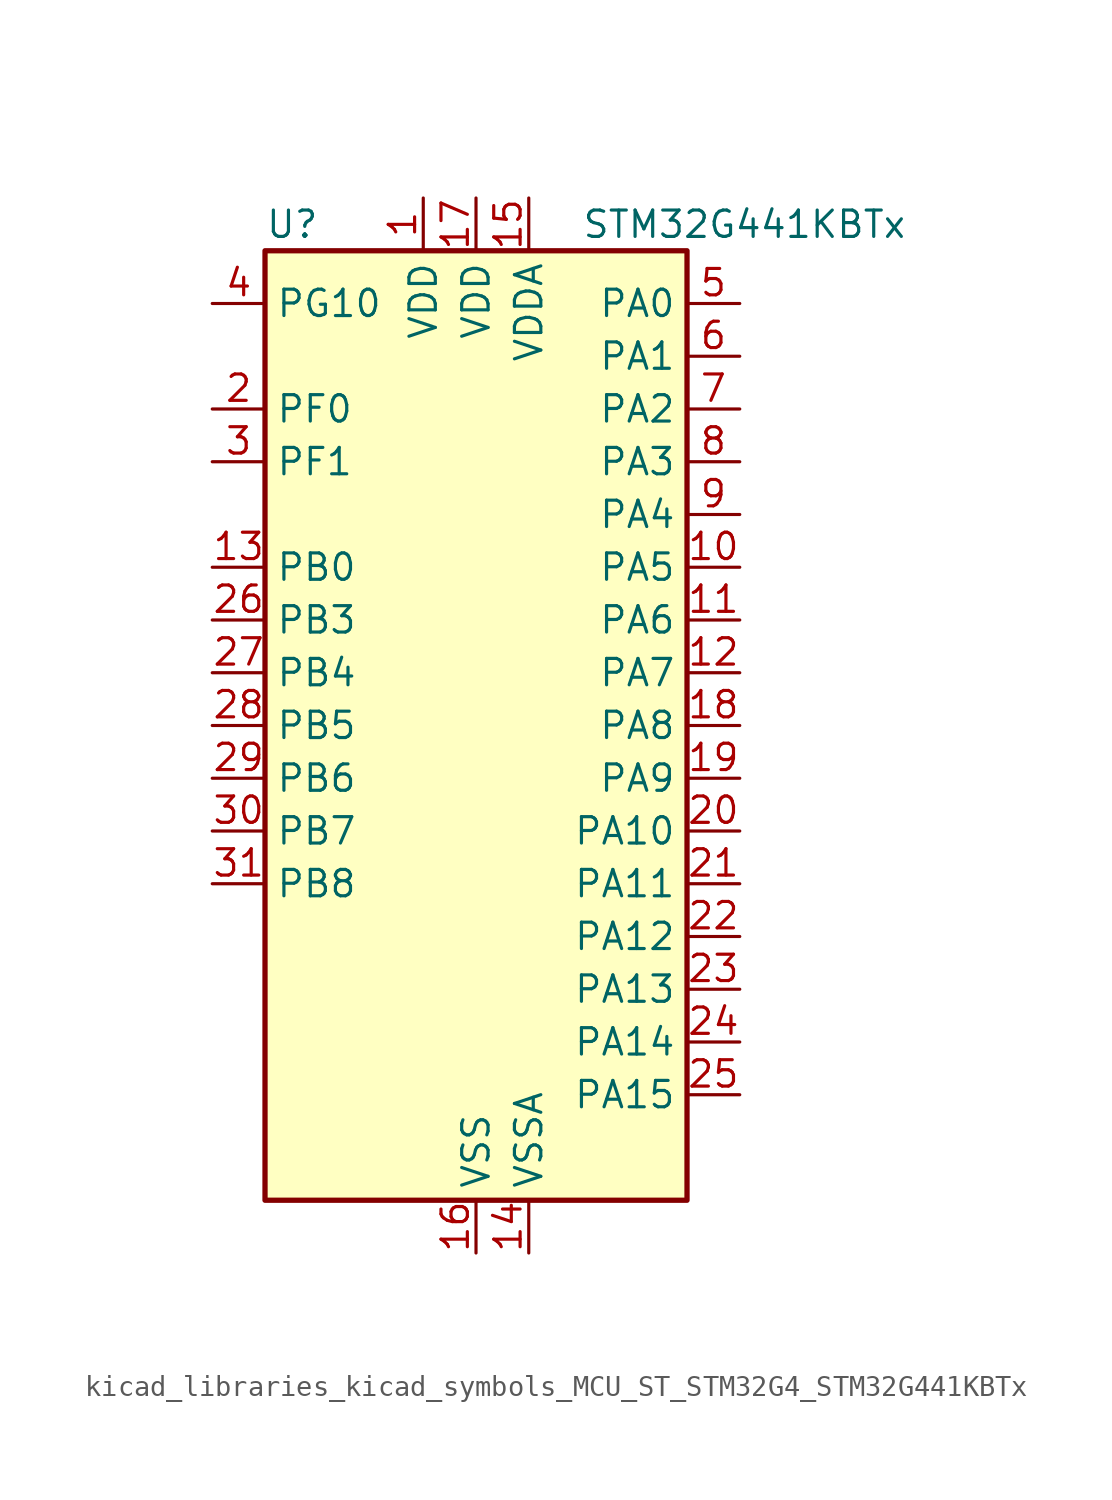
<source format=kicad_sym>
(kicad_symbol_lib
  (version 20220914)
  (generator kicad_symbol_editor)
  (symbol "kicad_libraries_kicad_symbols_MCU_ST_STM32G4_STM32G441KBTx"
    (property "Reference" "U"
      (at -10.16 24.13 0)
      (effects (font (size 1.27 1.27)) (justify left)))
    (property "Value" "STM32G441KBTx"
      (at 5.08 24.13 0)
      (effects (font (size 1.27 1.27)) (justify left)))
    (property "ki_locked" ""
      (at 0 0 0)
      (effects (font (size 1.27 1.27))))
    (symbol "kicad_libraries_kicad_symbols_MCU_ST_STM32G4_STM32G441KBTx_0_1"
      (rectangle (start -10.16 -22.86) (end 10.16 22.86) (stroke (width 0.254) (type default)) (fill (type background))))
    (symbol "kicad_libraries_kicad_symbols_MCU_ST_STM32G4_STM32G441KBTx_1_1"
      (pin power_in line (at -2.54 25.4 270) (length 2.54) (name "VDD" (effects (font (size 1.27 1.27)))) (number "1" (effects (font (size 1.27 1.27)))))
      (pin bidirectional line (at 12.7 7.62 180) (length 2.54) (name "PA5" (effects (font (size 1.27 1.27)))) (number "10" (effects (font (size 1.27 1.27)))) (alternate "ADC2_IN13" bidirectional line) (alternate "COMP2_INM" bidirectional line) (alternate "DAC1_OUT2" bidirectional line) (alternate "OPAMP2_VINM" bidirectional line) (alternate "OPAMP2_VINM0" bidirectional line) (alternate "OPAMP2_VINM_SEC" bidirectional line) (alternate "SPI1_SCK" bidirectional line) (alternate "TIM2_CH1" bidirectional line) (alternate "TIM2_ETR" bidirectional line) (alternate "UCPD1_FRSTX1" bidirectional line) (alternate "UCPD1_FRSTX2" bidirectional line))
      (pin bidirectional line (at 12.7 5.08 180) (length 2.54) (name "PA6" (effects (font (size 1.27 1.27)))) (number "11" (effects (font (size 1.27 1.27)))) (alternate "ADC2_IN3" bidirectional line) (alternate "COMP1_OUT" bidirectional line) (alternate "LPUART1_CTS" bidirectional line) (alternate "OPAMP2_VOUT" bidirectional line) (alternate "SPI1_MISO" bidirectional line) (alternate "TIM16_CH1" bidirectional line) (alternate "TIM1_BKIN" bidirectional line) (alternate "TIM3_CH1" bidirectional line) (alternate "TIM8_BKIN" bidirectional line))
      (pin bidirectional line (at 12.7 2.54 180) (length 2.54) (name "PA7" (effects (font (size 1.27 1.27)))) (number "12" (effects (font (size 1.27 1.27)))) (alternate "ADC2_IN4" bidirectional line) (alternate "COMP2_INP" bidirectional line) (alternate "COMP2_OUT" bidirectional line) (alternate "OPAMP1_VINP" bidirectional line) (alternate "OPAMP1_VINP_SEC" bidirectional line) (alternate "OPAMP2_VINP" bidirectional line) (alternate "OPAMP2_VINP_SEC" bidirectional line) (alternate "SPI1_MOSI" bidirectional line) (alternate "TIM17_CH1" bidirectional line) (alternate "TIM1_CH1N" bidirectional line) (alternate "TIM3_CH2" bidirectional line) (alternate "TIM8_CH1N" bidirectional line) (alternate "UCPD1_FRSTX1" bidirectional line) (alternate "UCPD1_FRSTX2" bidirectional line))
      (pin bidirectional line (at -12.7 7.62 0) (length 2.54) (name "PB0" (effects (font (size 1.27 1.27)))) (number "13" (effects (font (size 1.27 1.27)))) (alternate "ADC1_IN15" bidirectional line) (alternate "COMP4_INP" bidirectional line) (alternate "OPAMP2_VINP" bidirectional line) (alternate "OPAMP2_VINP_SEC" bidirectional line) (alternate "OPAMP3_VINP" bidirectional line) (alternate "OPAMP3_VINP_SEC" bidirectional line) (alternate "TIM1_CH2N" bidirectional line) (alternate "TIM3_CH3" bidirectional line) (alternate "TIM8_CH2N" bidirectional line) (alternate "UCPD1_FRSTX1" bidirectional line) (alternate "UCPD1_FRSTX2" bidirectional line))
      (pin power_in line (at 2.54 -25.4 90) (length 2.54) (name "VSSA" (effects (font (size 1.27 1.27)))) (number "14" (effects (font (size 1.27 1.27)))))
      (pin power_in line (at 2.54 25.4 270) (length 2.54) (name "VDDA" (effects (font (size 1.27 1.27)))) (number "15" (effects (font (size 1.27 1.27)))))
      (pin power_in line (at 0 -25.4 90) (length 2.54) (name "VSS" (effects (font (size 1.27 1.27)))) (number "16" (effects (font (size 1.27 1.27)))))
      (pin power_in line (at 0 25.4 270) (length 2.54) (name "VDD" (effects (font (size 1.27 1.27)))) (number "17" (effects (font (size 1.27 1.27)))))
      (pin bidirectional line (at 12.7 0 180) (length 2.54) (name "PA8" (effects (font (size 1.27 1.27)))) (number "18" (effects (font (size 1.27 1.27)))) (alternate "I2C2_SDA" bidirectional line) (alternate "I2C3_SCL" bidirectional line) (alternate "I2S2_MCK" bidirectional line) (alternate "RCC_MCO" bidirectional line) (alternate "SAI1_CK2" bidirectional line) (alternate "SAI1_SCK_A" bidirectional line) (alternate "TIM1_CH1" bidirectional line) (alternate "TIM4_ETR" bidirectional line) (alternate "USART1_CK" bidirectional line))
      (pin bidirectional line (at 12.7 -2.54 180) (length 2.54) (name "PA9" (effects (font (size 1.27 1.27)))) (number "19" (effects (font (size 1.27 1.27)))) (alternate "DAC1_EXTI9" bidirectional line) (alternate "DAC3_EXTI9" bidirectional line) (alternate "I2C2_SCL" bidirectional line) (alternate "I2C3_SMBA" bidirectional line) (alternate "I2S3_MCK" bidirectional line) (alternate "SAI1_FS_A" bidirectional line) (alternate "TIM15_BKIN" bidirectional line) (alternate "TIM1_CH2" bidirectional line) (alternate "TIM2_CH3" bidirectional line) (alternate "UCPD1_DBCC1" bidirectional line) (alternate "USART1_TX" bidirectional line))
      (pin bidirectional line (at -12.7 15.24 0) (length 2.54) (name "PF0" (effects (font (size 1.27 1.27)))) (number "2" (effects (font (size 1.27 1.27)))) (alternate "ADC1_IN10" bidirectional line) (alternate "I2C2_SDA" bidirectional line) (alternate "I2S2_WS" bidirectional line) (alternate "RCC_OSC_IN" bidirectional line) (alternate "SPI2_NSS" bidirectional line) (alternate "TIM1_CH3N" bidirectional line))
      (pin bidirectional line (at 12.7 -5.08 180) (length 2.54) (name "PA10" (effects (font (size 1.27 1.27)))) (number "20" (effects (font (size 1.27 1.27)))) (alternate "CRS_SYNC" bidirectional line) (alternate "DAC1_EXTI10" bidirectional line) (alternate "DAC3_EXTI10" bidirectional line) (alternate "I2C2_SMBA" bidirectional line) (alternate "SAI1_D1" bidirectional line) (alternate "SAI1_SD_A" bidirectional line) (alternate "SPI2_MISO" bidirectional line) (alternate "TIM17_BKIN" bidirectional line) (alternate "TIM1_CH3" bidirectional line) (alternate "TIM2_CH4" bidirectional line) (alternate "TIM8_BKIN" bidirectional line) (alternate "UCPD1_DBCC2" bidirectional line) (alternate "USART1_RX" bidirectional line))
      (pin bidirectional line (at 12.7 -7.62 180) (length 2.54) (name "PA11" (effects (font (size 1.27 1.27)))) (number "21" (effects (font (size 1.27 1.27)))) (alternate "ADC1_EXTI11" bidirectional line) (alternate "ADC2_EXTI11" bidirectional line) (alternate "COMP1_OUT" bidirectional line) (alternate "FDCAN1_RX" bidirectional line) (alternate "I2S2_SD" bidirectional line) (alternate "SPI2_MOSI" bidirectional line) (alternate "TIM1_BKIN2" bidirectional line) (alternate "TIM1_CH1N" bidirectional line) (alternate "TIM1_CH4" bidirectional line) (alternate "TIM4_CH1" bidirectional line) (alternate "USART1_CTS" bidirectional line) (alternate "USART1_NSS" bidirectional line) (alternate "USB_DM" bidirectional line))
      (pin bidirectional line (at 12.7 -10.16 180) (length 2.54) (name "PA12" (effects (font (size 1.27 1.27)))) (number "22" (effects (font (size 1.27 1.27)))) (alternate "COMP2_OUT" bidirectional line) (alternate "FDCAN1_TX" bidirectional line) (alternate "I2S_CKIN" bidirectional line) (alternate "TIM16_CH1" bidirectional line) (alternate "TIM1_CH2N" bidirectional line) (alternate "TIM1_ETR" bidirectional line) (alternate "TIM4_CH2" bidirectional line) (alternate "USART1_DE" bidirectional line) (alternate "USART1_RTS" bidirectional line) (alternate "USB_DP" bidirectional line))
      (pin bidirectional line (at 12.7 -12.7 180) (length 2.54) (name "PA13" (effects (font (size 1.27 1.27)))) (number "23" (effects (font (size 1.27 1.27)))) (alternate "I2C1_SCL" bidirectional line) (alternate "IR_OUT" bidirectional line) (alternate "SAI1_SD_B" bidirectional line) (alternate "SYS_JTMS-SWDIO" bidirectional line) (alternate "TIM16_CH1N" bidirectional line) (alternate "TIM4_CH3" bidirectional line))
      (pin bidirectional line (at 12.7 -15.24 180) (length 2.54) (name "PA14" (effects (font (size 1.27 1.27)))) (number "24" (effects (font (size 1.27 1.27)))) (alternate "I2C1_SDA" bidirectional line) (alternate "LPTIM1_OUT" bidirectional line) (alternate "SAI1_FS_B" bidirectional line) (alternate "SYS_JTCK-SWCLK" bidirectional line) (alternate "TIM1_BKIN" bidirectional line) (alternate "TIM8_CH2" bidirectional line) (alternate "USART2_TX" bidirectional line))
      (pin bidirectional line (at 12.7 -17.78 180) (length 2.54) (name "PA15" (effects (font (size 1.27 1.27)))) (number "25" (effects (font (size 1.27 1.27)))) (alternate "ADC1_EXTI15" bidirectional line) (alternate "ADC2_EXTI15" bidirectional line) (alternate "I2C1_SCL" bidirectional line) (alternate "I2S3_WS" bidirectional line) (alternate "SPI1_NSS" bidirectional line) (alternate "SPI3_NSS" bidirectional line) (alternate "SYS_JTDI" bidirectional line) (alternate "TIM1_BKIN" bidirectional line) (alternate "TIM2_CH1" bidirectional line) (alternate "TIM2_ETR" bidirectional line) (alternate "TIM8_CH1" bidirectional line) (alternate "USART2_RX" bidirectional line))
      (pin bidirectional line (at -12.7 5.08 0) (length 2.54) (name "PB3" (effects (font (size 1.27 1.27)))) (number "26" (effects (font (size 1.27 1.27)))) (alternate "CRS_SYNC" bidirectional line) (alternate "I2S3_CK" bidirectional line) (alternate "SAI1_SCK_B" bidirectional line) (alternate "SPI1_SCK" bidirectional line) (alternate "SPI3_SCK" bidirectional line) (alternate "SYS_JTDO-SWO" bidirectional line) (alternate "TIM2_CH2" bidirectional line) (alternate "TIM3_ETR" bidirectional line) (alternate "TIM4_ETR" bidirectional line) (alternate "TIM8_CH1N" bidirectional line) (alternate "USART2_TX" bidirectional line))
      (pin bidirectional line (at -12.7 2.54 0) (length 2.54) (name "PB4" (effects (font (size 1.27 1.27)))) (number "27" (effects (font (size 1.27 1.27)))) (alternate "SAI1_MCLK_B" bidirectional line) (alternate "SPI1_MISO" bidirectional line) (alternate "SPI3_MISO" bidirectional line) (alternate "SYS_JTRST" bidirectional line) (alternate "TIM16_CH1" bidirectional line) (alternate "TIM17_BKIN" bidirectional line) (alternate "TIM3_CH1" bidirectional line) (alternate "TIM8_CH2N" bidirectional line) (alternate "UCPD1_CC2" bidirectional line) (alternate "USART2_RX" bidirectional line))
      (pin bidirectional line (at -12.7 0 0) (length 2.54) (name "PB5" (effects (font (size 1.27 1.27)))) (number "28" (effects (font (size 1.27 1.27)))) (alternate "I2C1_SMBA" bidirectional line) (alternate "I2C3_SDA" bidirectional line) (alternate "I2S3_SD" bidirectional line) (alternate "LPTIM1_IN1" bidirectional line) (alternate "SAI1_SD_B" bidirectional line) (alternate "SPI1_MOSI" bidirectional line) (alternate "SPI3_MOSI" bidirectional line) (alternate "TIM16_BKIN" bidirectional line) (alternate "TIM17_CH1" bidirectional line) (alternate "TIM3_CH2" bidirectional line) (alternate "TIM8_CH3N" bidirectional line) (alternate "USART2_CK" bidirectional line))
      (pin bidirectional line (at -12.7 -2.54 0) (length 2.54) (name "PB6" (effects (font (size 1.27 1.27)))) (number "29" (effects (font (size 1.27 1.27)))) (alternate "COMP4_OUT" bidirectional line) (alternate "LPTIM1_ETR" bidirectional line) (alternate "SAI1_FS_B" bidirectional line) (alternate "TIM16_CH1N" bidirectional line) (alternate "TIM4_CH1" bidirectional line) (alternate "TIM8_BKIN2" bidirectional line) (alternate "TIM8_CH1" bidirectional line) (alternate "TIM8_ETR" bidirectional line) (alternate "UCPD1_CC1" bidirectional line) (alternate "USART1_TX" bidirectional line))
      (pin bidirectional line (at -12.7 12.7 0) (length 2.54) (name "PF1" (effects (font (size 1.27 1.27)))) (number "3" (effects (font (size 1.27 1.27)))) (alternate "ADC2_IN10" bidirectional line) (alternate "COMP3_INM" bidirectional line) (alternate "I2S2_CK" bidirectional line) (alternate "RCC_OSC_OUT" bidirectional line) (alternate "SPI2_SCK" bidirectional line))
      (pin bidirectional line (at -12.7 -5.08 0) (length 2.54) (name "PB7" (effects (font (size 1.27 1.27)))) (number "30" (effects (font (size 1.27 1.27)))) (alternate "COMP3_OUT" bidirectional line) (alternate "I2C1_SDA" bidirectional line) (alternate "LPTIM1_IN2" bidirectional line) (alternate "SYS_PVD_IN" bidirectional line) (alternate "TIM17_CH1N" bidirectional line) (alternate "TIM3_CH4" bidirectional line) (alternate "TIM4_CH2" bidirectional line) (alternate "TIM8_BKIN" bidirectional line) (alternate "USART1_RX" bidirectional line))
      (pin bidirectional line (at -12.7 -7.62 0) (length 2.54) (name "PB8" (effects (font (size 1.27 1.27)))) (number "31" (effects (font (size 1.27 1.27)))) (alternate "COMP1_OUT" bidirectional line) (alternate "FDCAN1_RX" bidirectional line) (alternate "I2C1_SCL" bidirectional line) (alternate "SAI1_CK1" bidirectional line) (alternate "SAI1_MCLK_A" bidirectional line) (alternate "TIM16_CH1" bidirectional line) (alternate "TIM1_BKIN" bidirectional line) (alternate "TIM4_CH3" bidirectional line) (alternate "TIM8_CH2" bidirectional line))
      (pin passive line (at 0 -25.4 90) (length 2.54) hide (name "VSS" (effects (font (size 1.27 1.27)))) (number "32" (effects (font (size 1.27 1.27)))))
      (pin bidirectional line (at -12.7 20.32 0) (length 2.54) (name "PG10" (effects (font (size 1.27 1.27)))) (number "4" (effects (font (size 1.27 1.27)))) (alternate "DAC1_EXTI10" bidirectional line) (alternate "DAC3_EXTI10" bidirectional line) (alternate "RCC_MCO" bidirectional line))
      (pin bidirectional line (at 12.7 20.32 180) (length 2.54) (name "PA0" (effects (font (size 1.27 1.27)))) (number "5" (effects (font (size 1.27 1.27)))) (alternate "ADC1_IN1" bidirectional line) (alternate "ADC2_IN1" bidirectional line) (alternate "COMP1_INM" bidirectional line) (alternate "COMP1_OUT" bidirectional line) (alternate "COMP3_INP" bidirectional line) (alternate "RTC_TAMP2" bidirectional line) (alternate "SYS_WKUP1" bidirectional line) (alternate "TIM2_CH1" bidirectional line) (alternate "TIM2_ETR" bidirectional line) (alternate "TIM8_BKIN" bidirectional line) (alternate "TIM8_ETR" bidirectional line) (alternate "USART2_CTS" bidirectional line) (alternate "USART2_NSS" bidirectional line))
      (pin bidirectional line (at 12.7 17.78 180) (length 2.54) (name "PA1" (effects (font (size 1.27 1.27)))) (number "6" (effects (font (size 1.27 1.27)))) (alternate "ADC1_IN2" bidirectional line) (alternate "ADC2_IN2" bidirectional line) (alternate "COMP1_INP" bidirectional line) (alternate "OPAMP1_VINP" bidirectional line) (alternate "OPAMP1_VINP_SEC" bidirectional line) (alternate "OPAMP3_VINP" bidirectional line) (alternate "OPAMP3_VINP_SEC" bidirectional line) (alternate "RTC_REFIN" bidirectional line) (alternate "TIM15_CH1N" bidirectional line) (alternate "TIM2_CH2" bidirectional line) (alternate "USART2_DE" bidirectional line) (alternate "USART2_RTS" bidirectional line))
      (pin bidirectional line (at 12.7 15.24 180) (length 2.54) (name "PA2" (effects (font (size 1.27 1.27)))) (number "7" (effects (font (size 1.27 1.27)))) (alternate "ADC1_IN3" bidirectional line) (alternate "COMP2_INM" bidirectional line) (alternate "COMP2_OUT" bidirectional line) (alternate "LPUART1_TX" bidirectional line) (alternate "OPAMP1_VOUT" bidirectional line) (alternate "RCC_LSCO" bidirectional line) (alternate "SYS_WKUP4" bidirectional line) (alternate "TIM15_CH1" bidirectional line) (alternate "TIM2_CH3" bidirectional line) (alternate "UCPD1_FRSTX1" bidirectional line) (alternate "UCPD1_FRSTX2" bidirectional line) (alternate "USART2_TX" bidirectional line))
      (pin bidirectional line (at 12.7 12.7 180) (length 2.54) (name "PA3" (effects (font (size 1.27 1.27)))) (number "8" (effects (font (size 1.27 1.27)))) (alternate "ADC1_IN4" bidirectional line) (alternate "COMP2_INP" bidirectional line) (alternate "LPUART1_RX" bidirectional line) (alternate "OPAMP1_VINM" bidirectional line) (alternate "OPAMP1_VINM0" bidirectional line) (alternate "OPAMP1_VINM_SEC" bidirectional line) (alternate "OPAMP1_VINP" bidirectional line) (alternate "OPAMP1_VINP_SEC" bidirectional line) (alternate "SAI1_CK1" bidirectional line) (alternate "SAI1_MCLK_A" bidirectional line) (alternate "TIM15_CH2" bidirectional line) (alternate "TIM2_CH4" bidirectional line) (alternate "USART2_RX" bidirectional line))
      (pin bidirectional line (at 12.7 10.16 180) (length 2.54) (name "PA4" (effects (font (size 1.27 1.27)))) (number "9" (effects (font (size 1.27 1.27)))) (alternate "ADC2_IN17" bidirectional line) (alternate "COMP1_INM" bidirectional line) (alternate "DAC1_OUT1" bidirectional line) (alternate "I2S3_WS" bidirectional line) (alternate "SAI1_FS_B" bidirectional line) (alternate "SPI1_NSS" bidirectional line) (alternate "SPI3_NSS" bidirectional line) (alternate "TIM3_CH2" bidirectional line) (alternate "USART2_CK" bidirectional line)))))
</source>
